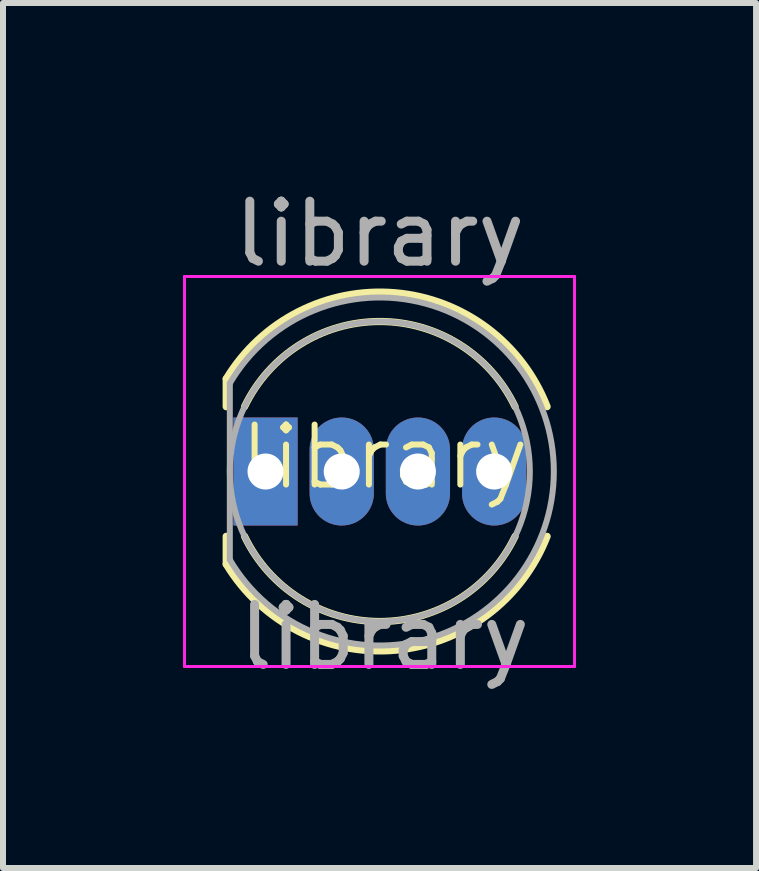
<source format=kicad_pcb>
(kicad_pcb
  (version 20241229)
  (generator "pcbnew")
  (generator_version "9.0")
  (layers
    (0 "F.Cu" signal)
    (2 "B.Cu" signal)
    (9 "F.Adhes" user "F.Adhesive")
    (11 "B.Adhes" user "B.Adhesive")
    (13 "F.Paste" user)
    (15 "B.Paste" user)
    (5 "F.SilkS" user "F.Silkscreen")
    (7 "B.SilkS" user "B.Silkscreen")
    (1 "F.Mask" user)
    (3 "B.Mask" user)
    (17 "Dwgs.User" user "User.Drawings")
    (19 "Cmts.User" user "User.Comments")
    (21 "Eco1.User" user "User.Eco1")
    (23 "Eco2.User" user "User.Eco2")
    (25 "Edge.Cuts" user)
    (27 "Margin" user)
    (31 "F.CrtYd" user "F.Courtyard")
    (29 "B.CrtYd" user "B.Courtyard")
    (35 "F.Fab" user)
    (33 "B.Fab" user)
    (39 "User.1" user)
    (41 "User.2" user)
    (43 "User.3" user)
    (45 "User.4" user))
  (footprint "library"
    (layer "F.Cu")
    (at 3.36 5.068)
    (property "Reference" "library" (at 0 -0.5 0) (unlocked yes) (layer "F.SilkS") (effects (font (size 1 1) (thickness 0.1))))
    (attr through_hole)
    (fp_line (start -2.64 -1.805) (end -2.64 -1.34) (stroke (width 0.12) (type solid)) (layer "F.SilkS"))
    (fp_line (start -2.64 0.82) (end -2.64 1.285) (stroke (width 0.12) (type solid)) (layer "F.SilkS"))
    (fp_arc (start -2.64 -1.80483) (mid 0.178456 -3.238809) (end 2.707815 -1.340827) (stroke (width 0.12) (type solid)) (layer "F.SilkS"))
    (fp_arc (start -2.334684 -1.34) (mid -0.080238 -2.76) (end 2.174479 -1.340429) (stroke (width 0.12) (type solid)) (layer "F.SilkS"))
    (fp_arc (start 2.174479 0.820429) (mid -0.080238 2.24) (end -2.334684 0.82) (stroke (width 0.12) (type solid)) (layer "F.SilkS"))
    (fp_arc (start 2.707815 0.820827) (mid 0.178456 2.718808) (end -2.64 1.28483) (stroke (width 0.12) (type solid)) (layer "F.SilkS"))
    (fp_line (start -3.335 -3.51) (end -3.335 2.99) (stroke (width 0.05) (type solid)) (layer "F.CrtYd"))
    (fp_line (start -3.335 2.99) (end 3.165 2.99) (stroke (width 0.05) (type solid)) (layer "F.CrtYd"))
    (fp_line (start 3.165 -3.51) (end -3.335 -3.51) (stroke (width 0.05) (type solid)) (layer "F.CrtYd"))
    (fp_line (start 3.165 2.99) (end 3.165 -3.51) (stroke (width 0.05) (type solid)) (layer "F.CrtYd"))
    (fp_line (start -2.58 -1.73) (end -2.58 1.21) (stroke (width 0.1) (type solid)) (layer "F.Fab"))
    (fp_arc (start -2.58 -1.729694) (mid 2.82 -0.259984) (end -2.580016 1.209666) (stroke (width 0.1) (type solid)) (layer "F.Fab"))
    (fp_circle (center -0.08 -0.26) (end 2.42 -0.26) (stroke (width 0.1) (type solid)) (fill no) (layer "F.Fab"))
    (fp_text user "${REFERENCE}" (at 0 2.5 0) (unlocked yes) (layer "F.Fab") (effects (font (size 1 1) (thickness 0.15))))
    (fp_text user "${REFERENCE}" (at -0.08 -4.22 0) (layer "F.Fab") (effects (font (size 1 1) (thickness 0.15))))
    (pad "1" thru_hole rect (at -1.985 -0.26) (size 1.07 1.8) (drill 0.6) (layers "*.Cu" "*.Mask"))
    (pad "2" thru_hole oval (at -0.715 -0.26) (size 1.07 1.8) (drill 0.6) (layers "*.Cu" "*.Mask"))
    (pad "3" thru_hole oval (at 0.555 -0.26) (size 1.07 1.8) (drill 0.6) (layers "*.Cu" "*.Mask"))
    (pad "4" thru_hole oval (at 1.825 -0.26) (size 1.07 1.8) (drill 0.6) (layers "*.Cu" "*.Mask")))
  (gr_rect
    (start -3 -3)
    (end 9.55 11.416)
    (stroke (width 0.1) (type default))
    (fill no)
    (layer "Edge.Cuts")))
</source>
